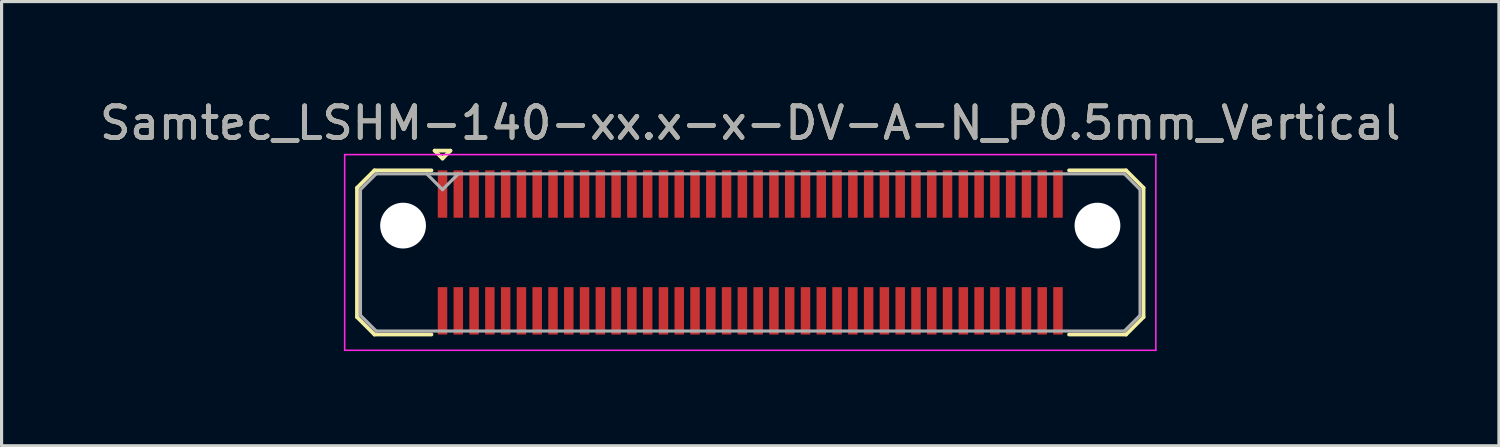
<source format=kicad_pcb>
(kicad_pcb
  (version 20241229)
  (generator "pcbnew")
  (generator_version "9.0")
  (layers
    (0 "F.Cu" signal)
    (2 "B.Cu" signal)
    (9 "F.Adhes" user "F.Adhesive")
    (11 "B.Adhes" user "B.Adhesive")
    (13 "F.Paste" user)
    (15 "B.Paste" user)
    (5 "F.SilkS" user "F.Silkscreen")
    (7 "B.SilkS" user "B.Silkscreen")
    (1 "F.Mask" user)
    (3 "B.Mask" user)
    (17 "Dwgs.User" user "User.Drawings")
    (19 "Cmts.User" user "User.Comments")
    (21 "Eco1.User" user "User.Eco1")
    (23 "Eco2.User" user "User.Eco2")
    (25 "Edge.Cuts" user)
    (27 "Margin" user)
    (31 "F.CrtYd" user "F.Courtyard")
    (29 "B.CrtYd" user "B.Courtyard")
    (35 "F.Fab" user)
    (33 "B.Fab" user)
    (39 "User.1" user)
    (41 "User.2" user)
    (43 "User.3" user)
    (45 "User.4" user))
  (footprint "Samtec_LSHM-140-xx.x-x-DV-A-N_P0.5mm_Vertical"
    (layer "F.Cu")
    (at 20.72 4.948)
    (property "Reference" "Samtec_LSHM-140-xx.x-x-DV-A-N_P0.5mm_Vertical" (at 0 -4.1 0) (layer "F.SilkS") (effects (font (size 1 1) (thickness 0.15))))
    (attr smd)
    (fp_line (start -12.46 -2.047) (end -12.46 2.047) (stroke (width 0.12) (type solid)) (layer "F.SilkS"))
    (fp_line (start -12.46 2.047) (end -11.907 2.6) (stroke (width 0.12) (type solid)) (layer "F.SilkS"))
    (fp_line (start -11.907 -2.6) (end -12.46 -2.047) (stroke (width 0.12) (type solid)) (layer "F.SilkS"))
    (fp_line (start -11.907 2.6) (end -10.1 2.6) (stroke (width 0.12) (type solid)) (layer "F.SilkS"))
    (fp_line (start -10.1 -2.6) (end -11.907 -2.6) (stroke (width 0.12) (type solid)) (layer "F.SilkS"))
    (fp_line (start -10 -3.225) (end -9.5 -3.225) (stroke (width 0.12) (type solid)) (layer "F.SilkS"))
    (fp_line (start -9.75 -2.975) (end -10 -3.225) (stroke (width 0.12) (type solid)) (layer "F.SilkS"))
    (fp_line (start -9.5 -3.225) (end -9.75 -2.975) (stroke (width 0.12) (type solid)) (layer "F.SilkS"))
    (fp_line (start 10.1 -2.6) (end 11.907 -2.6) (stroke (width 0.12) (type solid)) (layer "F.SilkS"))
    (fp_line (start 11.907 -2.6) (end 12.46 -2.047) (stroke (width 0.12) (type solid)) (layer "F.SilkS"))
    (fp_line (start 11.907 2.6) (end 10.1 2.6) (stroke (width 0.12) (type solid)) (layer "F.SilkS"))
    (fp_line (start 12.46 -2.047) (end 12.46 2.047) (stroke (width 0.12) (type solid)) (layer "F.SilkS"))
    (fp_line (start 12.46 2.047) (end 11.907 2.6) (stroke (width 0.12) (type solid)) (layer "F.SilkS"))
    (fp_line (start -12.85 -3.1) (end -12.85 3.1) (stroke (width 0.05) (type solid)) (layer "F.CrtYd"))
    (fp_line (start -12.85 3.1) (end 12.85 3.1) (stroke (width 0.05) (type solid)) (layer "F.CrtYd"))
    (fp_line (start 12.85 -3.1) (end -12.85 -3.1) (stroke (width 0.05) (type solid)) (layer "F.CrtYd"))
    (fp_line (start 12.85 3.1) (end 12.85 -3.1) (stroke (width 0.05) (type solid)) (layer "F.CrtYd"))
    (fp_line (start -12.35 -1.992) (end -12.35 1.992) (stroke (width 0.1) (type solid)) (layer "F.Fab"))
    (fp_line (start -12.35 1.992) (end -11.852 2.49) (stroke (width 0.1) (type solid)) (layer "F.Fab"))
    (fp_line (start -11.852 -2.49) (end -12.35 -1.992) (stroke (width 0.1) (type solid)) (layer "F.Fab"))
    (fp_line (start -11.852 2.49) (end 11.852 2.49) (stroke (width 0.1) (type solid)) (layer "F.Fab"))
    (fp_line (start -9.75 -1.99) (end -10.25 -2.49) (stroke (width 0.1) (type solid)) (layer "F.Fab"))
    (fp_line (start -9.25 -2.49) (end -9.75 -1.99) (stroke (width 0.1) (type solid)) (layer "F.Fab"))
    (fp_line (start 11.852 -2.49) (end -11.852 -2.49) (stroke (width 0.1) (type solid)) (layer "F.Fab"))
    (fp_line (start 11.852 2.49) (end 12.35 1.992) (stroke (width 0.1) (type solid)) (layer "F.Fab"))
    (fp_line (start 12.35 -1.992) (end 11.852 -2.49) (stroke (width 0.1) (type solid)) (layer "F.Fab"))
    (fp_line (start 12.35 1.992) (end 12.35 -1.992) (stroke (width 0.1) (type solid)) (layer "F.Fab"))
    (fp_text user "${REFERENCE}" (at 0 -4.1 0) (layer "F.Fab") (effects (font (size 1 1) (thickness 0.15))))
    (pad "" np_thru_hole circle (at -11 -0.85) (size 1.45 1.45) (drill 1.45) (layers "*.Cu" "*.Mask"))
    (pad "" np_thru_hole circle (at 11 -0.85) (size 1.45 1.45) (drill 1.45) (layers "*.Cu" "*.Mask"))
    (pad "1" smd rect (at -9.75 -1.85) (size 0.3 1.5) (layers "F.Cu" "F.Mask" "F.Paste"))
    (pad "2" smd rect (at -9.75 1.85) (size 0.3 1.5) (layers "F.Cu" "F.Mask" "F.Paste"))
    (pad "3" smd rect (at -9.25 -1.85) (size 0.3 1.5) (layers "F.Cu" "F.Mask" "F.Paste"))
    (pad "4" smd rect (at -9.25 1.85) (size 0.3 1.5) (layers "F.Cu" "F.Mask" "F.Paste"))
    (pad "5" smd rect (at -8.75 -1.85) (size 0.3 1.5) (layers "F.Cu" "F.Mask" "F.Paste"))
    (pad "6" smd rect (at -8.75 1.85) (size 0.3 1.5) (layers "F.Cu" "F.Mask" "F.Paste"))
    (pad "7" smd rect (at -8.25 -1.85) (size 0.3 1.5) (layers "F.Cu" "F.Mask" "F.Paste"))
    (pad "8" smd rect (at -8.25 1.85) (size 0.3 1.5) (layers "F.Cu" "F.Mask" "F.Paste"))
    (pad "9" smd rect (at -7.75 -1.85) (size 0.3 1.5) (layers "F.Cu" "F.Mask" "F.Paste"))
    (pad "10" smd rect (at -7.75 1.85) (size 0.3 1.5) (layers "F.Cu" "F.Mask" "F.Paste"))
    (pad "11" smd rect (at -7.25 -1.85) (size 0.3 1.5) (layers "F.Cu" "F.Mask" "F.Paste"))
    (pad "12" smd rect (at -7.25 1.85) (size 0.3 1.5) (layers "F.Cu" "F.Mask" "F.Paste"))
    (pad "13" smd rect (at -6.75 -1.85) (size 0.3 1.5) (layers "F.Cu" "F.Mask" "F.Paste"))
    (pad "14" smd rect (at -6.75 1.85) (size 0.3 1.5) (layers "F.Cu" "F.Mask" "F.Paste"))
    (pad "15" smd rect (at -6.25 -1.85) (size 0.3 1.5) (layers "F.Cu" "F.Mask" "F.Paste"))
    (pad "16" smd rect (at -6.25 1.85) (size 0.3 1.5) (layers "F.Cu" "F.Mask" "F.Paste"))
    (pad "17" smd rect (at -5.75 -1.85) (size 0.3 1.5) (layers "F.Cu" "F.Mask" "F.Paste"))
    (pad "18" smd rect (at -5.75 1.85) (size 0.3 1.5) (layers "F.Cu" "F.Mask" "F.Paste"))
    (pad "19" smd rect (at -5.25 -1.85) (size 0.3 1.5) (layers "F.Cu" "F.Mask" "F.Paste"))
    (pad "20" smd rect (at -5.25 1.85) (size 0.3 1.5) (layers "F.Cu" "F.Mask" "F.Paste"))
    (pad "21" smd rect (at -4.75 -1.85) (size 0.3 1.5) (layers "F.Cu" "F.Mask" "F.Paste"))
    (pad "22" smd rect (at -4.75 1.85) (size 0.3 1.5) (layers "F.Cu" "F.Mask" "F.Paste"))
    (pad "23" smd rect (at -4.25 -1.85) (size 0.3 1.5) (layers "F.Cu" "F.Mask" "F.Paste"))
    (pad "24" smd rect (at -4.25 1.85) (size 0.3 1.5) (layers "F.Cu" "F.Mask" "F.Paste"))
    (pad "25" smd rect (at -3.75 -1.85) (size 0.3 1.5) (layers "F.Cu" "F.Mask" "F.Paste"))
    (pad "26" smd rect (at -3.75 1.85) (size 0.3 1.5) (layers "F.Cu" "F.Mask" "F.Paste"))
    (pad "27" smd rect (at -3.25 -1.85) (size 0.3 1.5) (layers "F.Cu" "F.Mask" "F.Paste"))
    (pad "28" smd rect (at -3.25 1.85) (size 0.3 1.5) (layers "F.Cu" "F.Mask" "F.Paste"))
    (pad "29" smd rect (at -2.75 -1.85) (size 0.3 1.5) (layers "F.Cu" "F.Mask" "F.Paste"))
    (pad "30" smd rect (at -2.75 1.85) (size 0.3 1.5) (layers "F.Cu" "F.Mask" "F.Paste"))
    (pad "31" smd rect (at -2.25 -1.85) (size 0.3 1.5) (layers "F.Cu" "F.Mask" "F.Paste"))
    (pad "32" smd rect (at -2.25 1.85) (size 0.3 1.5) (layers "F.Cu" "F.Mask" "F.Paste"))
    (pad "33" smd rect (at -1.75 -1.85) (size 0.3 1.5) (layers "F.Cu" "F.Mask" "F.Paste"))
    (pad "34" smd rect (at -1.75 1.85) (size 0.3 1.5) (layers "F.Cu" "F.Mask" "F.Paste"))
    (pad "35" smd rect (at -1.25 -1.85) (size 0.3 1.5) (layers "F.Cu" "F.Mask" "F.Paste"))
    (pad "36" smd rect (at -1.25 1.85) (size 0.3 1.5) (layers "F.Cu" "F.Mask" "F.Paste"))
    (pad "37" smd rect (at -0.75 -1.85) (size 0.3 1.5) (layers "F.Cu" "F.Mask" "F.Paste"))
    (pad "38" smd rect (at -0.75 1.85) (size 0.3 1.5) (layers "F.Cu" "F.Mask" "F.Paste"))
    (pad "39" smd rect (at -0.25 -1.85) (size 0.3 1.5) (layers "F.Cu" "F.Mask" "F.Paste"))
    (pad "40" smd rect (at -0.25 1.85) (size 0.3 1.5) (layers "F.Cu" "F.Mask" "F.Paste"))
    (pad "41" smd rect (at 0.25 -1.85) (size 0.3 1.5) (layers "F.Cu" "F.Mask" "F.Paste"))
    (pad "42" smd rect (at 0.25 1.85) (size 0.3 1.5) (layers "F.Cu" "F.Mask" "F.Paste"))
    (pad "43" smd rect (at 0.75 -1.85) (size 0.3 1.5) (layers "F.Cu" "F.Mask" "F.Paste"))
    (pad "44" smd rect (at 0.75 1.85) (size 0.3 1.5) (layers "F.Cu" "F.Mask" "F.Paste"))
    (pad "45" smd rect (at 1.25 -1.85) (size 0.3 1.5) (layers "F.Cu" "F.Mask" "F.Paste"))
    (pad "46" smd rect (at 1.25 1.85) (size 0.3 1.5) (layers "F.Cu" "F.Mask" "F.Paste"))
    (pad "47" smd rect (at 1.75 -1.85) (size 0.3 1.5) (layers "F.Cu" "F.Mask" "F.Paste"))
    (pad "48" smd rect (at 1.75 1.85) (size 0.3 1.5) (layers "F.Cu" "F.Mask" "F.Paste"))
    (pad "49" smd rect (at 2.25 -1.85) (size 0.3 1.5) (layers "F.Cu" "F.Mask" "F.Paste"))
    (pad "50" smd rect (at 2.25 1.85) (size 0.3 1.5) (layers "F.Cu" "F.Mask" "F.Paste"))
    (pad "51" smd rect (at 2.75 -1.85) (size 0.3 1.5) (layers "F.Cu" "F.Mask" "F.Paste"))
    (pad "52" smd rect (at 2.75 1.85) (size 0.3 1.5) (layers "F.Cu" "F.Mask" "F.Paste"))
    (pad "53" smd rect (at 3.25 -1.85) (size 0.3 1.5) (layers "F.Cu" "F.Mask" "F.Paste"))
    (pad "54" smd rect (at 3.25 1.85) (size 0.3 1.5) (layers "F.Cu" "F.Mask" "F.Paste"))
    (pad "55" smd rect (at 3.75 -1.85) (size 0.3 1.5) (layers "F.Cu" "F.Mask" "F.Paste"))
    (pad "56" smd rect (at 3.75 1.85) (size 0.3 1.5) (layers "F.Cu" "F.Mask" "F.Paste"))
    (pad "57" smd rect (at 4.25 -1.85) (size 0.3 1.5) (layers "F.Cu" "F.Mask" "F.Paste"))
    (pad "58" smd rect (at 4.25 1.85) (size 0.3 1.5) (layers "F.Cu" "F.Mask" "F.Paste"))
    (pad "59" smd rect (at 4.75 -1.85) (size 0.3 1.5) (layers "F.Cu" "F.Mask" "F.Paste"))
    (pad "60" smd rect (at 4.75 1.85) (size 0.3 1.5) (layers "F.Cu" "F.Mask" "F.Paste"))
    (pad "61" smd rect (at 5.25 -1.85) (size 0.3 1.5) (layers "F.Cu" "F.Mask" "F.Paste"))
    (pad "62" smd rect (at 5.25 1.85) (size 0.3 1.5) (layers "F.Cu" "F.Mask" "F.Paste"))
    (pad "63" smd rect (at 5.75 -1.85) (size 0.3 1.5) (layers "F.Cu" "F.Mask" "F.Paste"))
    (pad "64" smd rect (at 5.75 1.85) (size 0.3 1.5) (layers "F.Cu" "F.Mask" "F.Paste"))
    (pad "65" smd rect (at 6.25 -1.85) (size 0.3 1.5) (layers "F.Cu" "F.Mask" "F.Paste"))
    (pad "66" smd rect (at 6.25 1.85) (size 0.3 1.5) (layers "F.Cu" "F.Mask" "F.Paste"))
    (pad "67" smd rect (at 6.75 -1.85) (size 0.3 1.5) (layers "F.Cu" "F.Mask" "F.Paste"))
    (pad "68" smd rect (at 6.75 1.85) (size 0.3 1.5) (layers "F.Cu" "F.Mask" "F.Paste"))
    (pad "69" smd rect (at 7.25 -1.85) (size 0.3 1.5) (layers "F.Cu" "F.Mask" "F.Paste"))
    (pad "70" smd rect (at 7.25 1.85) (size 0.3 1.5) (layers "F.Cu" "F.Mask" "F.Paste"))
    (pad "71" smd rect (at 7.75 -1.85) (size 0.3 1.5) (layers "F.Cu" "F.Mask" "F.Paste"))
    (pad "72" smd rect (at 7.75 1.85) (size 0.3 1.5) (layers "F.Cu" "F.Mask" "F.Paste"))
    (pad "73" smd rect (at 8.25 -1.85) (size 0.3 1.5) (layers "F.Cu" "F.Mask" "F.Paste"))
    (pad "74" smd rect (at 8.25 1.85) (size 0.3 1.5) (layers "F.Cu" "F.Mask" "F.Paste"))
    (pad "75" smd rect (at 8.75 -1.85) (size 0.3 1.5) (layers "F.Cu" "F.Mask" "F.Paste"))
    (pad "76" smd rect (at 8.75 1.85) (size 0.3 1.5) (layers "F.Cu" "F.Mask" "F.Paste"))
    (pad "77" smd rect (at 9.25 -1.85) (size 0.3 1.5) (layers "F.Cu" "F.Mask" "F.Paste"))
    (pad "78" smd rect (at 9.25 1.85) (size 0.3 1.5) (layers "F.Cu" "F.Mask" "F.Paste"))
    (pad "79" smd rect (at 9.75 -1.85) (size 0.3 1.5) (layers "F.Cu" "F.Mask" "F.Paste"))
    (pad "80" smd rect (at 9.75 1.85) (size 0.3 1.5) (layers "F.Cu" "F.Mask" "F.Paste")))
  (gr_rect
    (start -3 -3)
    (end 44.44 11.073)
    (stroke (width 0.1) (type default))
    (fill no)
    (layer "Edge.Cuts")))
</source>
